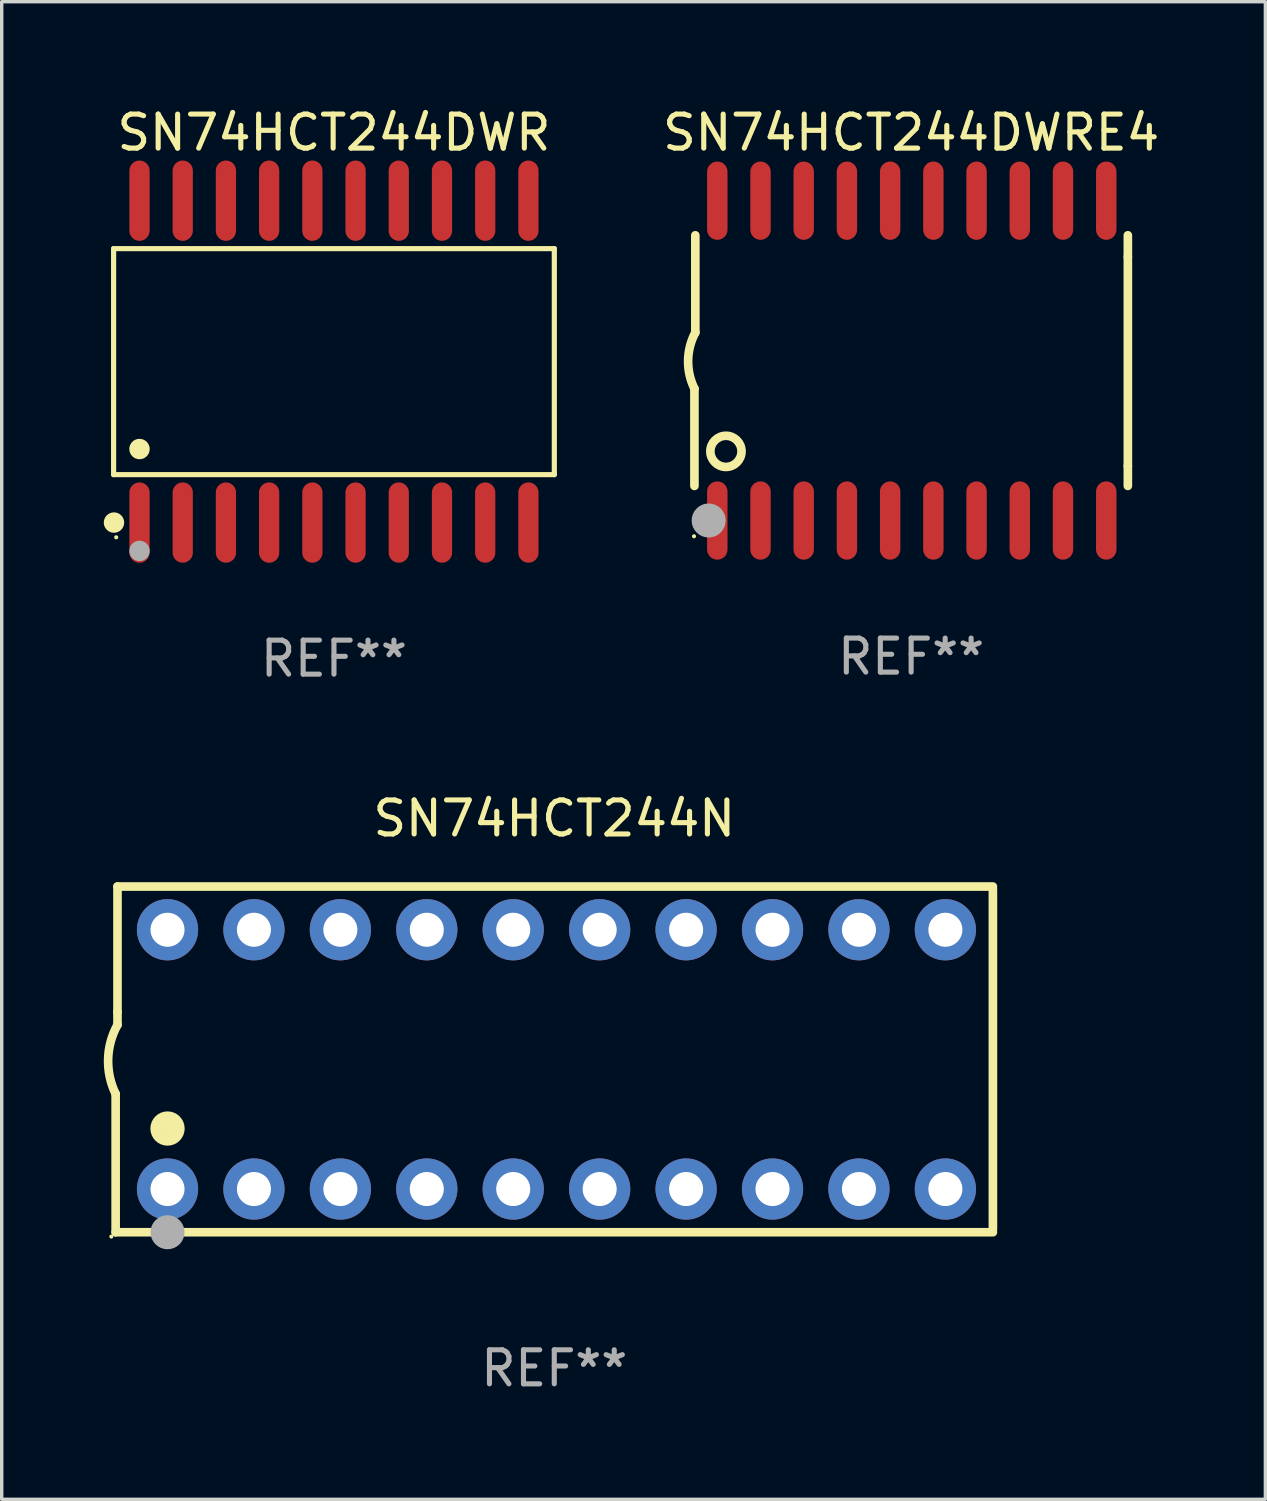
<source format=kicad_pcb>
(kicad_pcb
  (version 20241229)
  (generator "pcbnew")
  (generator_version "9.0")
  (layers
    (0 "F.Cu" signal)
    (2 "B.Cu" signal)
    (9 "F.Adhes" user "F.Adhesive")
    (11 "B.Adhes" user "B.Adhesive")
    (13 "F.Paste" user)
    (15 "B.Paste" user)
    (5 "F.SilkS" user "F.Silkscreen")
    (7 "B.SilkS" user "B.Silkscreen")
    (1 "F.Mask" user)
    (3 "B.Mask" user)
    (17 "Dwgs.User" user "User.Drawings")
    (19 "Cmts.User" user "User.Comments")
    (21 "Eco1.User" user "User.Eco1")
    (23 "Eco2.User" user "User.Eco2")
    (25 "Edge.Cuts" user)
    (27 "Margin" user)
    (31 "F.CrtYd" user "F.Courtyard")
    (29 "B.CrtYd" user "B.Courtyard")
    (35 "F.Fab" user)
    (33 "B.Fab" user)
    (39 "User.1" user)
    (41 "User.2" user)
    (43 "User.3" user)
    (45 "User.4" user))
  (footprint "SN74HCT244DWRE4"
    (layer "F.Cu")
    (at 23.728 7.548)
    (property "Reference" "SN74HCT244DWRE4" (at 0 -6.7 0) (layer "F.SilkS") (effects (font (size 1 1) (thickness 0.15))))
    (attr through_hole)
    (fp_line (start -6.369 0.826) (end -6.369 3.683) (stroke (width 0.254) (type solid)) (layer "F.SilkS"))
    (fp_line (start -6.343 -0.825) (end -6.343 -3.683) (stroke (width 0.254) (type solid)) (layer "F.SilkS"))
    (fp_line (start 6.369 -3.048) (end 6.369 -3.683) (stroke (width 0.254) (type solid)) (layer "F.SilkS"))
    (fp_line (start 6.369 -3.048) (end 6.369 3.096) (stroke (width 0.254) (type solid)) (layer "F.SilkS"))
    (fp_line (start 6.369 3.096) (end 6.369 3.683) (stroke (width 0.254) (type solid)) (layer "F.SilkS"))
    (fp_arc (start -6.36853 0.825552) (mid -6.554743 -0.00301) (end -6.343129 -0.825451) (stroke (width 0.254001) (type solid)) (layer "F.SilkS"))
    (fp_circle (center -6.382 5.163) (end -6.352 5.163) (stroke (width 0.06) (type solid)) (fill no) (layer "F.SilkS"))
    (fp_circle (center -5.443 2.667) (end -4.985 2.667) (stroke (width 0.254) (type solid)) (fill no) (layer "F.SilkS"))
    (fp_circle (center -5.951 4.699) (end -5.701 4.699) (stroke (width 0.5) (type solid)) (fill no) (layer "F.Fab"))
    (fp_text user "REF**" (at 0 8.7 0) (layer "F.Fab") (effects (font (size 1 1) (thickness 0.15))))
    (pad "1" smd oval (at -5.697 4.7 180) (size 0.6 2.3) (layers "F.Cu" "F.Mask" "F.Paste"))
    (pad "2" smd oval (at -4.427 4.7 180) (size 0.6 2.3) (layers "F.Cu" "F.Mask" "F.Paste"))
    (pad "3" smd oval (at -3.157 4.7 180) (size 0.6 2.3) (layers "F.Cu" "F.Mask" "F.Paste"))
    (pad "4" smd oval (at -1.887 4.7 180) (size 0.6 2.3) (layers "F.Cu" "F.Mask" "F.Paste"))
    (pad "5" smd oval (at -0.617 4.7 180) (size 0.6 2.3) (layers "F.Cu" "F.Mask" "F.Paste"))
    (pad "6" smd oval (at 0.653 4.7 180) (size 0.6 2.3) (layers "F.Cu" "F.Mask" "F.Paste"))
    (pad "7" smd oval (at 1.923 4.7 180) (size 0.6 2.3) (layers "F.Cu" "F.Mask" "F.Paste"))
    (pad "8" smd oval (at 3.193 4.7 180) (size 0.6 2.3) (layers "F.Cu" "F.Mask" "F.Paste"))
    (pad "9" smd oval (at 4.463 4.7 180) (size 0.6 2.3) (layers "F.Cu" "F.Mask" "F.Paste"))
    (pad "10" smd oval (at 5.734 4.7 180) (size 0.6 2.3) (layers "F.Cu" "F.Mask" "F.Paste"))
    (pad "11" smd oval (at 5.734 -4.7 180) (size 0.6 2.3) (layers "F.Cu" "F.Mask" "F.Paste"))
    (pad "12" smd oval (at 4.463 -4.7 180) (size 0.6 2.3) (layers "F.Cu" "F.Mask" "F.Paste"))
    (pad "13" smd oval (at 3.193 -4.7 180) (size 0.6 2.3) (layers "F.Cu" "F.Mask" "F.Paste"))
    (pad "14" smd oval (at 1.923 -4.7 180) (size 0.6 2.3) (layers "F.Cu" "F.Mask" "F.Paste"))
    (pad "15" smd oval (at 0.653 -4.7 180) (size 0.6 2.3) (layers "F.Cu" "F.Mask" "F.Paste"))
    (pad "16" smd oval (at -0.617 -4.7 180) (size 0.6 2.3) (layers "F.Cu" "F.Mask" "F.Paste"))
    (pad "17" smd oval (at -1.887 -4.7 180) (size 0.6 2.3) (layers "F.Cu" "F.Mask" "F.Paste"))
    (pad "18" smd oval (at -3.157 -4.7 180) (size 0.6 2.3) (layers "F.Cu" "F.Mask" "F.Paste"))
    (pad "19" smd oval (at -4.427 -4.7 180) (size 0.6 2.3) (layers "F.Cu" "F.Mask" "F.Paste"))
    (pad "20" smd oval (at -5.697 -4.7 180) (size 0.6 2.3) (layers "F.Cu" "F.Mask" "F.Paste")))
  (footprint "SN74HCT244N"
    (layer "F.Cu")
    (at 13.24 28.085)
    (property "Reference" "SN74HCT244N" (at 0 -7.08 0) (layer "F.SilkS") (effects (font (size 1 1) (thickness 0.15))))
    (attr through_hole)
    (fp_line (start -12.891 5.08) (end -12.891 1.016) (stroke (width 0.254) (type solid)) (layer "F.SilkS"))
    (fp_line (start -12.891 5.08) (end 12.891 5.08) (stroke (width 0.254) (type solid)) (layer "F.SilkS"))
    (fp_line (start -12.837 -5.08) (end -12.837 -1.397) (stroke (width 0.254) (type solid)) (layer "F.SilkS"))
    (fp_line (start -12.837 -5.08) (end 12.891 -5.08) (stroke (width 0.254) (type solid)) (layer "F.SilkS"))
    (fp_line (start -12.837 -1.397) (end -12.837 -1.016) (stroke (width 0.254) (type solid)) (layer "F.SilkS"))
    (fp_line (start 12.891 -5) (end 12.891 5) (stroke (width 0.254) (type solid)) (layer "F.SilkS"))
    (fp_arc (start -12.890526 1.016002) (mid -13.111945 -0.006602) (end -12.836525 -1.016002) (stroke (width 0.254001) (type solid)) (layer "F.SilkS"))
    (fp_circle (center -13.018 5.207) (end -12.988 5.207) (stroke (width 0.06) (type solid)) (fill no) (layer "F.SilkS"))
    (fp_circle (center -11.367 2.032) (end -11.113 2.032) (stroke (width 0.5) (type solid)) (fill no) (layer "F.SilkS"))
    (fp_circle (center -11.367 5.08) (end -11.117 5.08) (stroke (width 0.5) (type solid)) (fill no) (layer "F.Fab"))
    (fp_text user "REF**" (at 0 9.08 0) (layer "F.Fab") (effects (font (size 1 1) (thickness 0.15))))
    (pad "1" thru_hole circle (at -11.367 3.81) (size 1.8 1.8) (drill 1) (layers "*.Cu" "*.Mask"))
    (pad "2" thru_hole circle (at -8.827 3.81) (size 1.8 1.8) (drill 1) (layers "*.Cu" "*.Mask"))
    (pad "3" thru_hole circle (at -6.287 3.81) (size 1.8 1.8) (drill 1) (layers "*.Cu" "*.Mask"))
    (pad "4" thru_hole circle (at -3.747 3.81) (size 1.8 1.8) (drill 1) (layers "*.Cu" "*.Mask"))
    (pad "5" thru_hole circle (at -1.207 3.81) (size 1.8 1.8) (drill 1) (layers "*.Cu" "*.Mask"))
    (pad "6" thru_hole circle (at 1.334 3.81) (size 1.8 1.8) (drill 1) (layers "*.Cu" "*.Mask"))
    (pad "7" thru_hole circle (at 3.874 3.81) (size 1.8 1.8) (drill 1) (layers "*.Cu" "*.Mask"))
    (pad "8" thru_hole circle (at 6.414 3.81) (size 1.8 1.8) (drill 1) (layers "*.Cu" "*.Mask"))
    (pad "9" thru_hole circle (at 8.954 3.81) (size 1.8 1.8) (drill 1) (layers "*.Cu" "*.Mask"))
    (pad "10" thru_hole circle (at 11.494 3.81) (size 1.8 1.8) (drill 1) (layers "*.Cu" "*.Mask"))
    (pad "11" thru_hole circle (at 11.494 -3.81) (size 1.8 1.8) (drill 1) (layers "*.Cu" "*.Mask"))
    (pad "12" thru_hole circle (at 8.954 -3.81) (size 1.8 1.8) (drill 1) (layers "*.Cu" "*.Mask"))
    (pad "13" thru_hole circle (at 6.414 -3.81) (size 1.8 1.8) (drill 1) (layers "*.Cu" "*.Mask"))
    (pad "14" thru_hole circle (at 3.874 -3.81) (size 1.8 1.8) (drill 1) (layers "*.Cu" "*.Mask"))
    (pad "15" thru_hole circle (at 1.334 -3.81) (size 1.8 1.8) (drill 1) (layers "*.Cu" "*.Mask"))
    (pad "16" thru_hole circle (at -1.207 -3.81) (size 1.8 1.8) (drill 1) (layers "*.Cu" "*.Mask"))
    (pad "17" thru_hole circle (at -3.747 -3.81) (size 1.8 1.8) (drill 1) (layers "*.Cu" "*.Mask"))
    (pad "18" thru_hole circle (at -6.287 -3.81) (size 1.8 1.8) (drill 1) (layers "*.Cu" "*.Mask"))
    (pad "19" thru_hole circle (at -8.827 -3.81) (size 1.8 1.8) (drill 1) (layers "*.Cu" "*.Mask"))
    (pad "20" thru_hole circle (at -11.367 -3.81) (size 1.8 1.8) (drill 1) (layers "*.Cu" "*.Mask")))
  (footprint "SN74HCT244DWR"
    (layer "F.Cu")
    (at 6.765 7.578)
    (property "Reference" "SN74HCT244DWR" (at 0 -6.73 0) (layer "F.SilkS") (effects (font (size 1 1) (thickness 0.15))))
    (attr through_hole)
    (fp_line (start -6.476 -3.321) (end 6.476 -3.321) (stroke (width 0.152) (type solid)) (layer "F.SilkS"))
    (fp_line (start -6.476 3.321) (end -6.476 -3.321) (stroke (width 0.152) (type solid)) (layer "F.SilkS"))
    (fp_line (start 6.476 -3.321) (end 6.476 3.321) (stroke (width 0.152) (type solid)) (layer "F.SilkS"))
    (fp_line (start 6.476 3.321) (end -6.476 3.321) (stroke (width 0.152) (type solid)) (layer "F.SilkS"))
    (fp_circle (center -6.465 4.73) (end -6.315 4.73) (stroke (width 0.3) (type solid)) (fill no) (layer "F.SilkS"))
    (fp_circle (center -6.4 5.163) (end -6.37 5.163) (stroke (width 0.06) (type solid)) (fill no) (layer "F.SilkS"))
    (fp_circle (center -5.715 2.569) (end -5.565 2.569) (stroke (width 0.3) (type solid)) (fill no) (layer "F.SilkS"))
    (fp_circle (center -5.715 5.563) (end -5.565 5.563) (stroke (width 0.3) (type solid)) (fill no) (layer "F.Fab"))
    (fp_text user "REF**" (at 0 8.73 0) (layer "F.Fab") (effects (font (size 1 1) (thickness 0.15))))
    (pad "1" smd oval (at -5.715 4.73) (size 0.595 2.36) (layers "F.Cu" "F.Mask" "F.Paste"))
    (pad "2" smd oval (at -4.445 4.73) (size 0.595 2.36) (layers "F.Cu" "F.Mask" "F.Paste"))
    (pad "3" smd oval (at -3.175 4.73) (size 0.595 2.36) (layers "F.Cu" "F.Mask" "F.Paste"))
    (pad "4" smd oval (at -1.905 4.73) (size 0.595 2.36) (layers "F.Cu" "F.Mask" "F.Paste"))
    (pad "5" smd oval (at -0.635 4.73) (size 0.595 2.36) (layers "F.Cu" "F.Mask" "F.Paste"))
    (pad "6" smd oval (at 0.635 4.73) (size 0.595 2.36) (layers "F.Cu" "F.Mask" "F.Paste"))
    (pad "7" smd oval (at 1.905 4.73) (size 0.595 2.36) (layers "F.Cu" "F.Mask" "F.Paste"))
    (pad "8" smd oval (at 3.175 4.73) (size 0.595 2.36) (layers "F.Cu" "F.Mask" "F.Paste"))
    (pad "9" smd oval (at 4.445 4.73) (size 0.595 2.36) (layers "F.Cu" "F.Mask" "F.Paste"))
    (pad "10" smd oval (at 5.715 4.73) (size 0.595 2.36) (layers "F.Cu" "F.Mask" "F.Paste"))
    (pad "11" smd oval (at 5.715 -4.73) (size 0.595 2.36) (layers "F.Cu" "F.Mask" "F.Paste"))
    (pad "12" smd oval (at 4.445 -4.73) (size 0.595 2.36) (layers "F.Cu" "F.Mask" "F.Paste"))
    (pad "13" smd oval (at 3.175 -4.73) (size 0.595 2.36) (layers "F.Cu" "F.Mask" "F.Paste"))
    (pad "14" smd oval (at 1.905 -4.73) (size 0.595 2.36) (layers "F.Cu" "F.Mask" "F.Paste"))
    (pad "15" smd oval (at 0.635 -4.73) (size 0.595 2.36) (layers "F.Cu" "F.Mask" "F.Paste"))
    (pad "16" smd oval (at -0.635 -4.73) (size 0.595 2.36) (layers "F.Cu" "F.Mask" "F.Paste"))
    (pad "17" smd oval (at -1.905 -4.73) (size 0.595 2.36) (layers "F.Cu" "F.Mask" "F.Paste"))
    (pad "18" smd oval (at -3.175 -4.73) (size 0.595 2.36) (layers "F.Cu" "F.Mask" "F.Paste"))
    (pad "19" smd oval (at -4.445 -4.73) (size 0.595 2.36) (layers "F.Cu" "F.Mask" "F.Paste"))
    (pad "20" smd oval (at -5.715 -4.73) (size 0.595 2.36) (layers "F.Cu" "F.Mask" "F.Paste")))
  (gr_rect
    (start -3 -3)
    (end 34.139 41.013)
    (stroke (width 0.1) (type default))
    (fill no)
    (layer "Edge.Cuts")))
</source>
